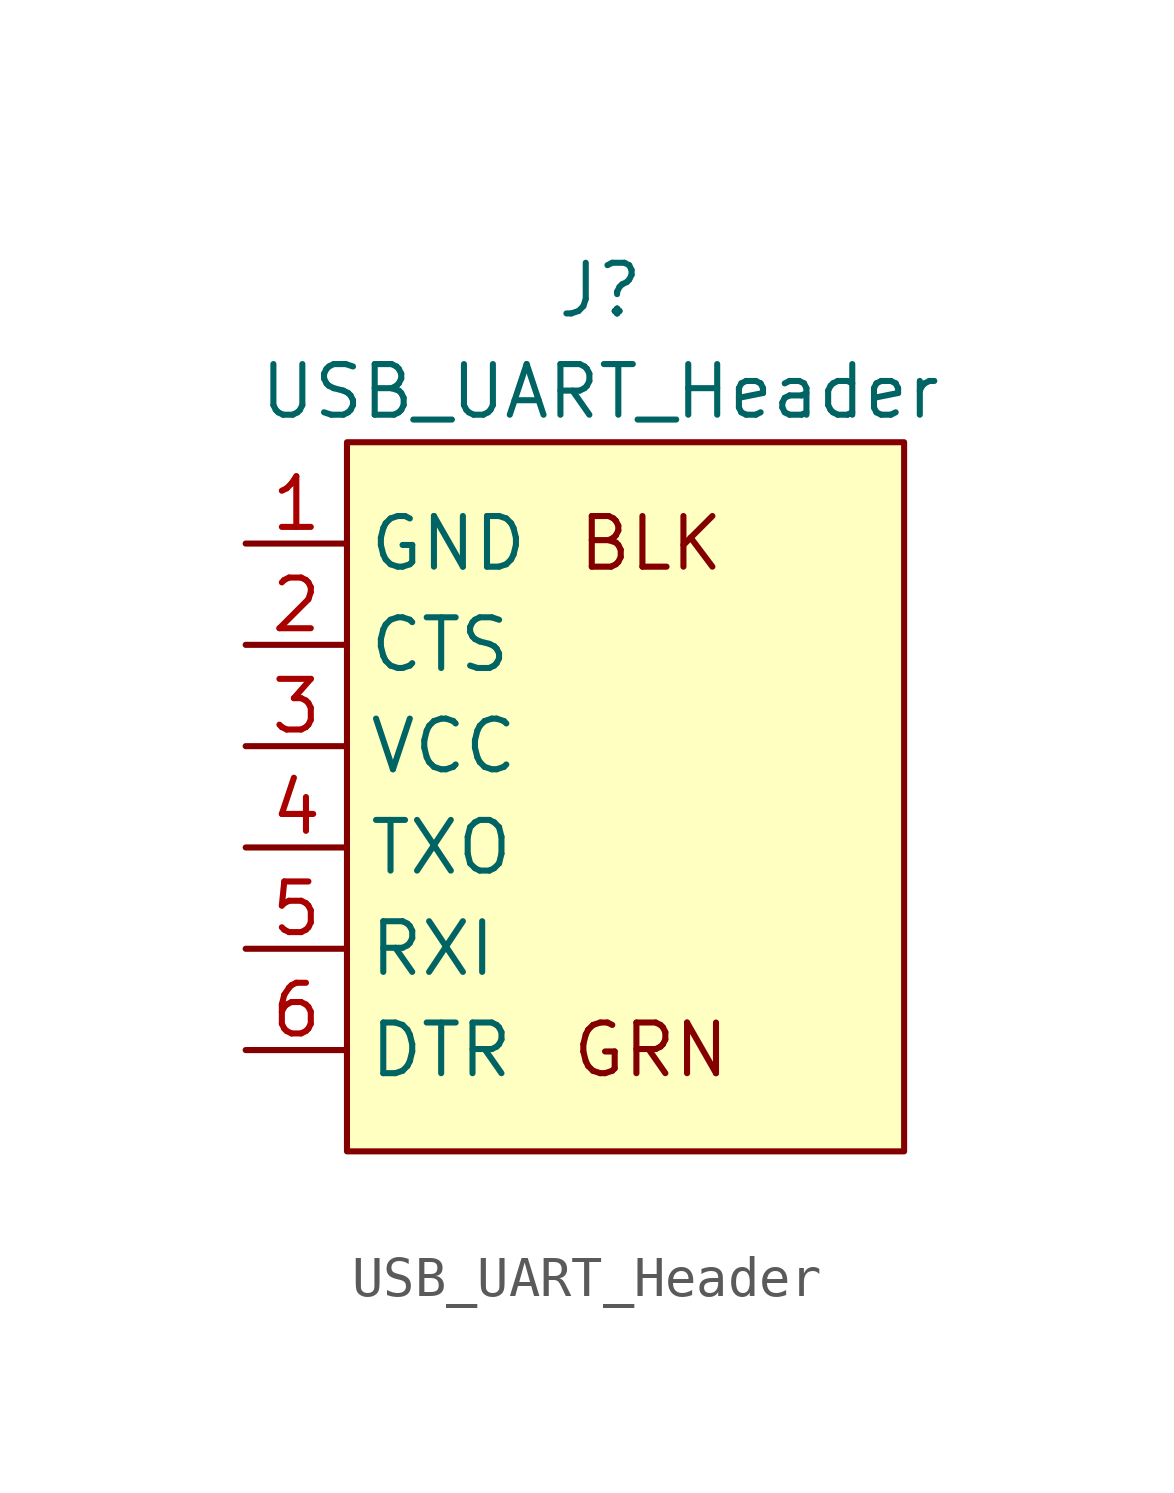
<source format=kicad_sym>
(kicad_symbol_lib
  (version 20211014)
  (generator kicad_symbol_editor)
  (symbol "USB_UART_Header"
    (property "Reference" "J"
      (at 0 12.7 0)
      (effects (font (size 1.27 1.27))))
    (property "Value" "USB_UART_Header"
      (at 0 10.16 0)
      (effects (font (size 1.27 1.27))))
    (symbol "USB_UART_Header_0_0"
      (rectangle (start -6.35 8.89) (end 7.62 -8.89) (stroke (width 0.152) (type default) (color 0 0 0 0)) (fill (type background)))
      (text "BLK" (at 1.27 6.35 0) (effects (font (size 1.27 1.27))))
      (text "GRN" (at 1.27 -6.35 0) (effects (font (size 1.27 1.27)))))
    (symbol "USB_UART_Header_1_1"
      (pin input line (at -8.89 6.35 0) (length 2.54) (name "GND" (effects (font (size 1.27 1.27)))) (number "1" (effects (font (size 1.27 1.27)))))
      (pin input line (at -8.89 3.81 0) (length 2.54) (name "CTS" (effects (font (size 1.27 1.27)))) (number "2" (effects (font (size 1.27 1.27)))))
      (pin input line (at -8.89 1.27 0) (length 2.54) (name "VCC" (effects (font (size 1.27 1.27)))) (number "3" (effects (font (size 1.27 1.27)))))
      (pin input line (at -8.89 -1.27 0) (length 2.54) (name "TXO" (effects (font (size 1.27 1.27)))) (number "4" (effects (font (size 1.27 1.27)))))
      (pin input line (at -8.89 -3.81 0) (length 2.54) (name "RXI" (effects (font (size 1.27 1.27)))) (number "5" (effects (font (size 1.27 1.27)))))
      (pin input line (at -8.89 -6.35 0) (length 2.54) (name "DTR" (effects (font (size 1.27 1.27)))) (number "6" (effects (font (size 1.27 1.27))))))))
</source>
